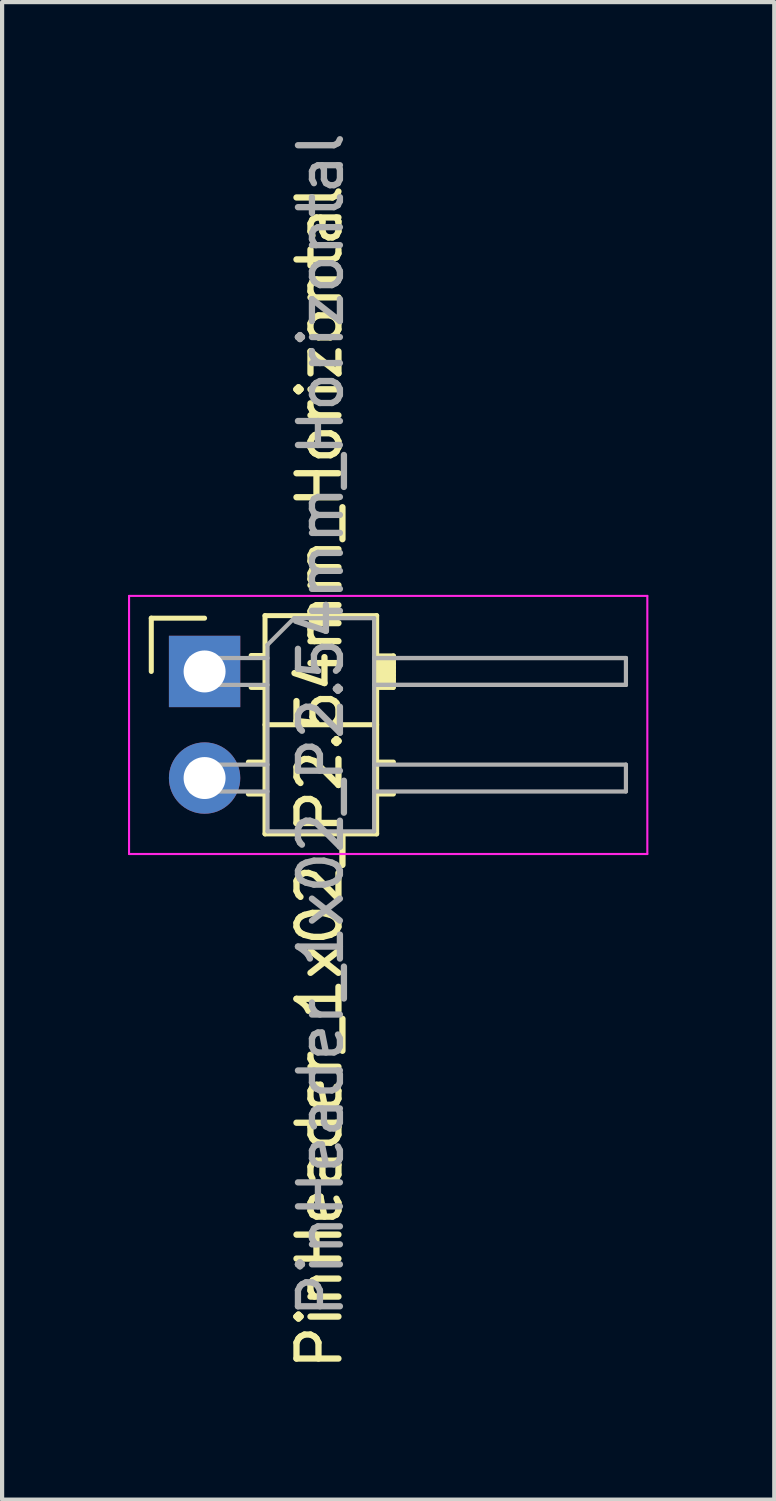
<source format=kicad_pcb>
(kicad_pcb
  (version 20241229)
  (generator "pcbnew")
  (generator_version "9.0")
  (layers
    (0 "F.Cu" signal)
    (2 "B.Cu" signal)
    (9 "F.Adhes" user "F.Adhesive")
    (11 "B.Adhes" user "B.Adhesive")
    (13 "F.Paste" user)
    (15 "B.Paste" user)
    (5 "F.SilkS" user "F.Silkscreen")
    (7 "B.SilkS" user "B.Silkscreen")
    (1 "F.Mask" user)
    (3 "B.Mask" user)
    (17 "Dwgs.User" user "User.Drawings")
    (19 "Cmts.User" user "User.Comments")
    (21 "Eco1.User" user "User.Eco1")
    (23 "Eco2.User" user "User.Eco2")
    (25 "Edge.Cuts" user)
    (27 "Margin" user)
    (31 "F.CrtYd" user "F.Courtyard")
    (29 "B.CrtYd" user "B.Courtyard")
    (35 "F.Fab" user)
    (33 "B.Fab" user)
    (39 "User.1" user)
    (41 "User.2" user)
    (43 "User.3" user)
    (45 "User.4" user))
  (footprint "PinHeader_1x02_P2.54mm_Horizontal"
    (layer "F.Cu")
    (at 1.825 12.95)
    (property "Reference" "PinHeader_1x02_P2.54mm_Horizontal" (at 2.735 2.515 270) (layer "F.SilkS") (effects (font (size 1 1) (thickness 0.15))))
    (attr through_hole)
    (fp_line (start -1.27 -1.27) (end 0 -1.27) (stroke (width 0.12) (type solid)) (layer "F.SilkS"))
    (fp_line (start -1.27 0) (end -1.27 -1.27) (stroke (width 0.12) (type solid)) (layer "F.SilkS"))
    (fp_line (start 1.043 2.16) (end 1.44 2.16) (stroke (width 0.12) (type solid)) (layer "F.SilkS"))
    (fp_line (start 1.043 2.92) (end 1.44 2.92) (stroke (width 0.12) (type solid)) (layer "F.SilkS"))
    (fp_line (start 1.11 -0.38) (end 1.44 -0.38) (stroke (width 0.12) (type solid)) (layer "F.SilkS"))
    (fp_line (start 1.11 0.38) (end 1.44 0.38) (stroke (width 0.12) (type solid)) (layer "F.SilkS"))
    (fp_line (start 1.44 -1.33) (end 1.44 3.87) (stroke (width 0.12) (type solid)) (layer "F.SilkS"))
    (fp_line (start 1.44 1.27) (end 4.1 1.27) (stroke (width 0.12) (type solid)) (layer "F.SilkS"))
    (fp_line (start 1.44 3.87) (end 4.1 3.87) (stroke (width 0.12) (type solid)) (layer "F.SilkS"))
    (fp_line (start 4.1 -1.33) (end 1.44 -1.33) (stroke (width 0.12) (type solid)) (layer "F.SilkS"))
    (fp_line (start 4.1 2.16) (end 4.5 2.16) (stroke (width 0.12) (type solid)) (layer "F.SilkS"))
    (fp_line (start 4.1 3.87) (end 4.1 -1.33) (stroke (width 0.12) (type solid)) (layer "F.SilkS"))
    (fp_line (start 4.143 -0.37) (end 4.5 -0.37) (stroke (width 0.12) (type solid)) (layer "F.SilkS"))
    (fp_line (start 4.143 -0.28) (end 4.5 -0.28) (stroke (width 0.12) (type solid)) (layer "F.SilkS"))
    (fp_line (start 4.143 -0.18) (end 4.5 -0.18) (stroke (width 0.12) (type solid)) (layer "F.SilkS"))
    (fp_line (start 4.143 -0.09) (end 4.5 -0.09) (stroke (width 0.12) (type solid)) (layer "F.SilkS"))
    (fp_line (start 4.153 0) (end 4.5 0) (stroke (width 0.12) (type solid)) (layer "F.SilkS"))
    (fp_line (start 4.153 0.09) (end 4.5 0.09) (stroke (width 0.12) (type solid)) (layer "F.SilkS"))
    (fp_line (start 4.153 0.18) (end 4.5 0.18) (stroke (width 0.12) (type solid)) (layer "F.SilkS"))
    (fp_line (start 4.153 0.28) (end 4.5 0.28) (stroke (width 0.12) (type solid)) (layer "F.SilkS"))
    (fp_line (start 4.49 0.38) (end 4.152 0.38) (stroke (width 0.12) (type solid)) (layer "F.SilkS"))
    (fp_line (start 4.5 0.38) (end 4.5 -0.37) (stroke (width 0.12) (type solid)) (layer "F.SilkS"))
    (fp_line (start 4.5 2.92) (end 4.1 2.92) (stroke (width 0.12) (type solid)) (layer "F.SilkS"))
    (fp_line (start -1.8 -1.8) (end -1.8 4.35) (stroke (width 0.05) (type solid)) (layer "F.CrtYd"))
    (fp_line (start -1.8 4.35) (end 10.55 4.35) (stroke (width 0.05) (type solid)) (layer "F.CrtYd"))
    (fp_line (start 10.55 -1.8) (end -1.8 -1.8) (stroke (width 0.05) (type solid)) (layer "F.CrtYd"))
    (fp_line (start 10.55 4.35) (end 10.55 -1.8) (stroke (width 0.05) (type solid)) (layer "F.CrtYd"))
    (fp_line (start -0.32 -0.32) (end -0.32 0.32) (stroke (width 0.1) (type solid)) (layer "F.Fab"))
    (fp_line (start -0.32 -0.32) (end 1.5 -0.32) (stroke (width 0.1) (type solid)) (layer "F.Fab"))
    (fp_line (start -0.32 0.32) (end 1.5 0.32) (stroke (width 0.1) (type solid)) (layer "F.Fab"))
    (fp_line (start -0.32 2.22) (end -0.32 2.86) (stroke (width 0.1) (type solid)) (layer "F.Fab"))
    (fp_line (start -0.32 2.22) (end 1.5 2.22) (stroke (width 0.1) (type solid)) (layer "F.Fab"))
    (fp_line (start -0.32 2.86) (end 1.5 2.86) (stroke (width 0.1) (type solid)) (layer "F.Fab"))
    (fp_line (start 1.5 -0.635) (end 2.135 -1.27) (stroke (width 0.1) (type solid)) (layer "F.Fab"))
    (fp_line (start 1.5 3.81) (end 1.5 -0.635) (stroke (width 0.1) (type solid)) (layer "F.Fab"))
    (fp_line (start 2.135 -1.27) (end 4.04 -1.27) (stroke (width 0.1) (type solid)) (layer "F.Fab"))
    (fp_line (start 4.04 -1.27) (end 4.04 3.81) (stroke (width 0.1) (type solid)) (layer "F.Fab"))
    (fp_line (start 4.04 -0.32) (end 10.04 -0.32) (stroke (width 0.1) (type solid)) (layer "F.Fab"))
    (fp_line (start 4.04 -0.32) (end 10.04 -0.32) (stroke (width 0.1) (type solid)) (layer "F.Fab"))
    (fp_line (start 4.04 0.32) (end 10.04 0.32) (stroke (width 0.1) (type solid)) (layer "F.Fab"))
    (fp_line (start 4.04 0.32) (end 10.04 0.32) (stroke (width 0.1) (type solid)) (layer "F.Fab"))
    (fp_line (start 4.04 2.22) (end 10.04 2.22) (stroke (width 0.1) (type solid)) (layer "F.Fab"))
    (fp_line (start 4.04 2.86) (end 10.04 2.86) (stroke (width 0.1) (type solid)) (layer "F.Fab"))
    (fp_line (start 4.04 3.81) (end 1.5 3.81) (stroke (width 0.1) (type solid)) (layer "F.Fab"))
    (fp_line (start 10.04 -0.32) (end 10.04 0.32) (stroke (width 0.1) (type solid)) (layer "F.Fab"))
    (fp_line (start 10.04 2.22) (end 10.04 2.86) (stroke (width 0.1) (type solid)) (layer "F.Fab"))
    (fp_text user "${REFERENCE}" (at 2.77 1.27 270) (layer "F.Fab") (effects (font (size 1 1) (thickness 0.15))))
    (pad "1" thru_hole rect (at 0 0) (size 1.7 1.7) (drill 1) (layers "*.Cu" "*.Mask"))
    (pad "2" thru_hole oval (at 0 2.54) (size 1.7 1.7) (drill 1) (layers "*.Cu" "*.Mask")))
  (gr_rect
    (start -3 -3)
    (end 15.4 32.685)
    (stroke (width 0.1) (type default))
    (fill no)
    (layer "Edge.Cuts")))
</source>
